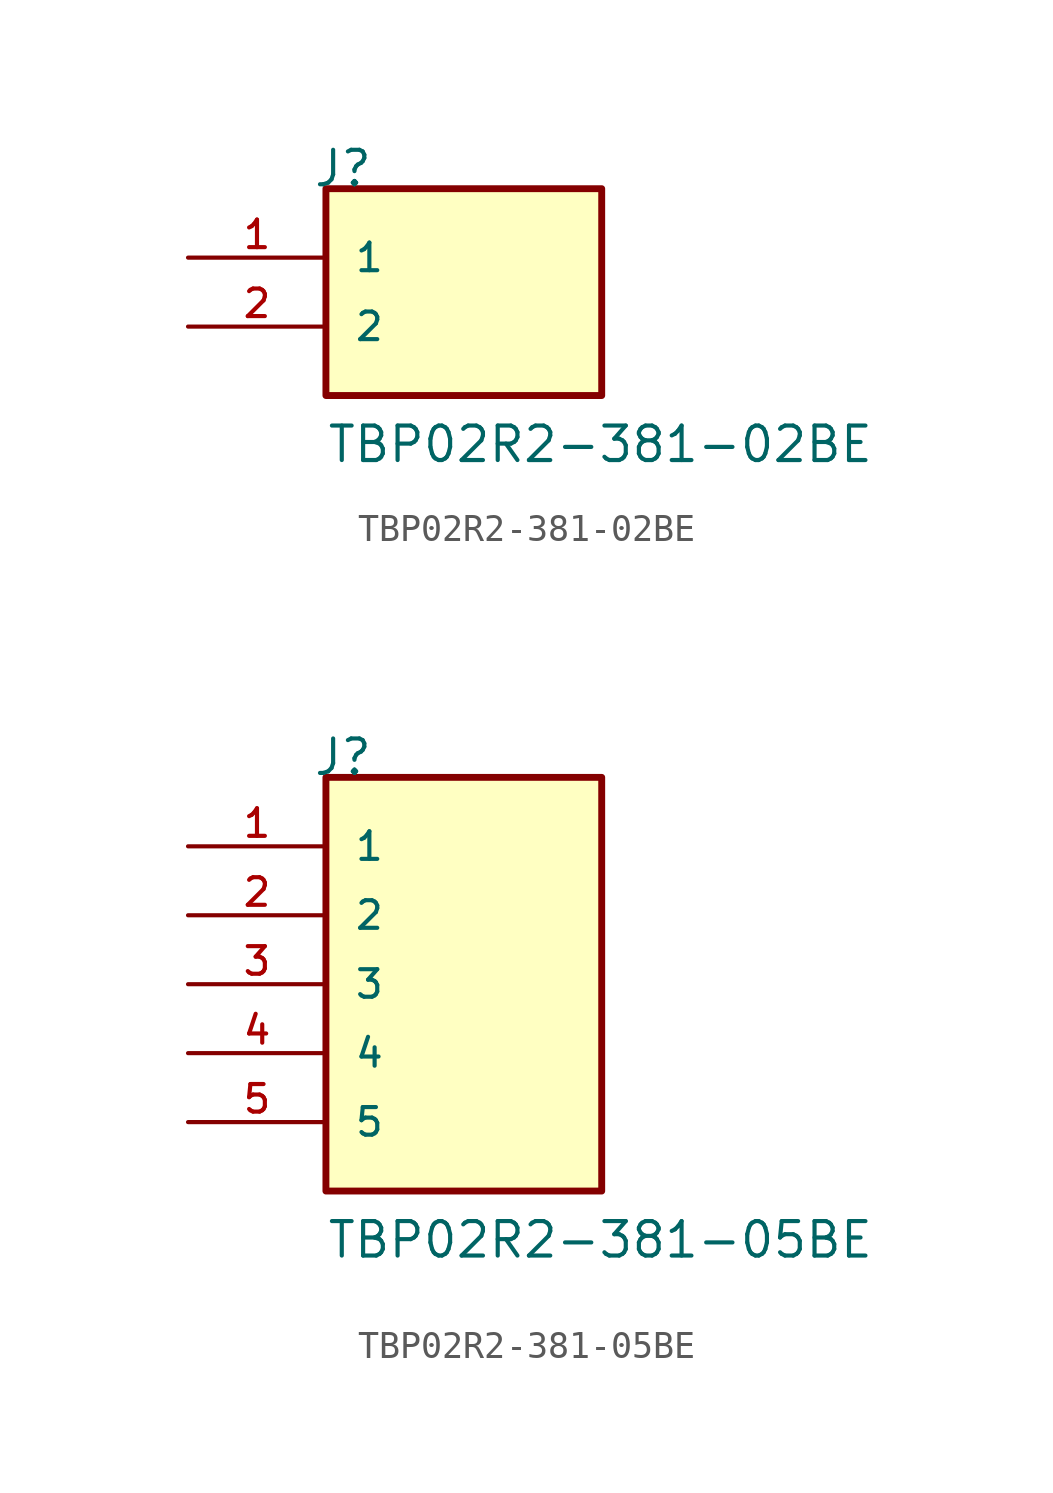
<source format=kicad_sym>
(kicad_symbol_lib
  (version 20211014)
  (generator kicad_symbol_editor)
  (symbol "TBP02R2-381-02BE"
    (pin_names
      (offset 1.016))
    (property "Reference" "J"
      (at -5.58 5.08 0)
      (effects (font (size 1.27 1.27)) (justify bottom left)))
    (property "Value" "TBP02R2-381-02BE"
      (at -5.08 -5.08 0)
      (effects (font (size 1.27 1.27)) (justify bottom left)))
    (symbol "TBP02R2-381-02BE_0_0"
      (rectangle (start -5.08 -2.54) (end 5.08 5.08) (stroke (width 0.254)) (fill (type background)))
      (pin passive line (at -10.16 2.54 0) (length 5.08) (name "1" (effects (font (size 1.016 1.016)))) (number "1" (effects (font (size 1.016 1.016)))))
      (pin passive line (at -10.16 0.0 0) (length 5.08) (name "2" (effects (font (size 1.016 1.016)))) (number "2" (effects (font (size 1.016 1.016)))))))
  (symbol "TBP02R2-381-05BE"
    (pin_names
      (offset 1.016))
    (property "Reference" "J"
      (at -5.58 7.62 0)
      (effects (font (size 1.27 1.27)) (justify bottom left)))
    (property "Value" "TBP02R2-381-05BE"
      (at -5.08 -10.16 0)
      (effects (font (size 1.27 1.27)) (justify bottom left)))
    (symbol "TBP02R2-381-05BE_0_0"
      (rectangle (start -5.08 -7.62) (end 5.08 7.62) (stroke (width 0.254)) (fill (type background)))
      (pin passive line (at -10.16 5.08 0) (length 5.08) (name "1" (effects (font (size 1.016 1.016)))) (number "1" (effects (font (size 1.016 1.016)))))
      (pin passive line (at -10.16 2.54 0) (length 5.08) (name "2" (effects (font (size 1.016 1.016)))) (number "2" (effects (font (size 1.016 1.016)))))
      (pin passive line (at -10.16 0.0 0) (length 5.08) (name "3" (effects (font (size 1.016 1.016)))) (number "3" (effects (font (size 1.016 1.016)))))
      (pin passive line (at -10.16 -2.54 0) (length 5.08) (name "4" (effects (font (size 1.016 1.016)))) (number "4" (effects (font (size 1.016 1.016)))))
      (pin passive line (at -10.16 -5.08 0) (length 5.08) (name "5" (effects (font (size 1.016 1.016)))) (number "5" (effects (font (size 1.016 1.016))))))))
</source>
